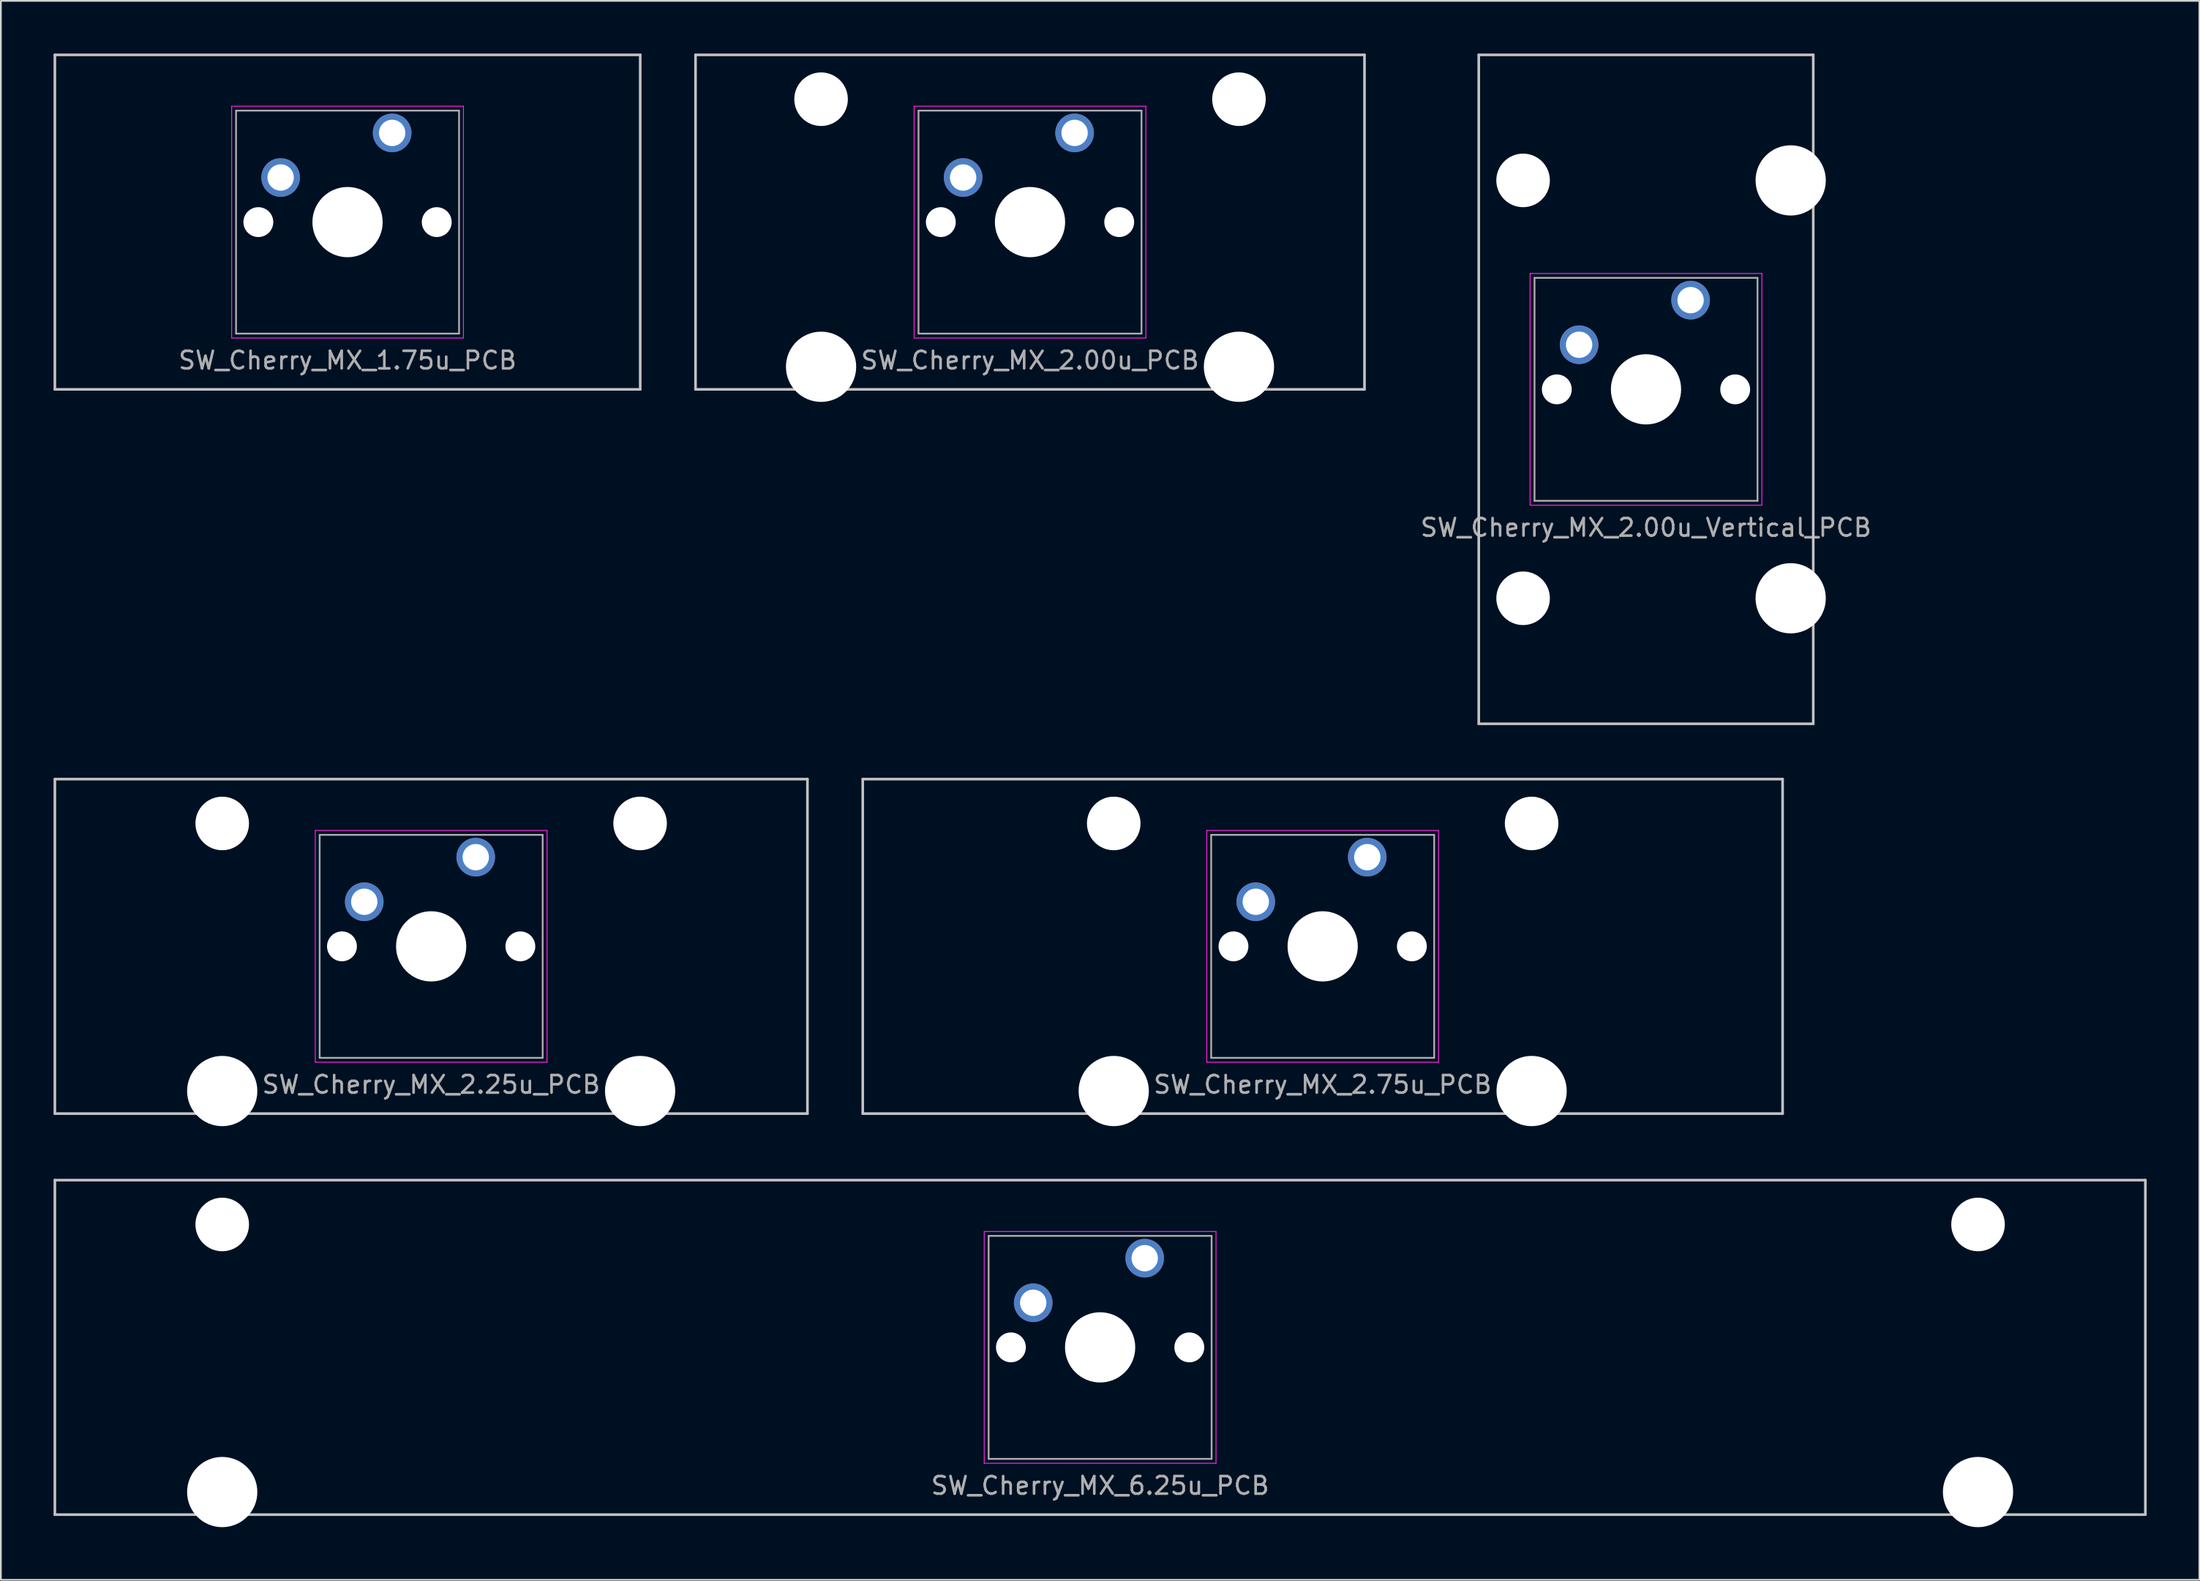
<source format=kicad_pcb>
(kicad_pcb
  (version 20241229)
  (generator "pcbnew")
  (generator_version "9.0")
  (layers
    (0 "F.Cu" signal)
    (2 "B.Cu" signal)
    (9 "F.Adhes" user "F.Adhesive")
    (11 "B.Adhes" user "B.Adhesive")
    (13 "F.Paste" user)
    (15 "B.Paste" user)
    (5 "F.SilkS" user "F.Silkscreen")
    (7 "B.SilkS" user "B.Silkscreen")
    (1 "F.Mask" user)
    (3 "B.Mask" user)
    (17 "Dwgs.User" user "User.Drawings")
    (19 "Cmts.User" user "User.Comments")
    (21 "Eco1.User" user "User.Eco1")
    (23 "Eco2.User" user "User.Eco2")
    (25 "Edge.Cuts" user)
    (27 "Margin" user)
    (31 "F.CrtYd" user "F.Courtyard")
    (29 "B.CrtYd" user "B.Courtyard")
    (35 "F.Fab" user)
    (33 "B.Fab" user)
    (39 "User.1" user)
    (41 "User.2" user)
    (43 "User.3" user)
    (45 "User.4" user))
  (footprint "SW_Cherry_MX_1.75u_PCB"
    (layer "F.Cu")
    (at 19.284 4.52)
    (property "Reference" "SW_Cherry_MX_1.75u_PCB" (at -2.54 12.954 0) (layer "F.Fab") (effects (font (size 1 1) (thickness 0.15))))
    (attr through_hole)
    (fp_line (start -19.209 -4.445) (end 14.129 -4.445) (stroke (width 0.15) (type solid)) (layer "Dwgs.User"))
    (fp_line (start -19.209 14.605) (end -19.209 -4.445) (stroke (width 0.15) (type solid)) (layer "Dwgs.User"))
    (fp_line (start 14.129 -4.445) (end 14.129 14.605) (stroke (width 0.15) (type solid)) (layer "Dwgs.User"))
    (fp_line (start 14.129 14.605) (end -19.209 14.605) (stroke (width 0.15) (type solid)) (layer "Dwgs.User"))
    (fp_line (start -9.14 -1.52) (end 4.06 -1.52) (stroke (width 0.05) (type solid)) (layer "F.CrtYd"))
    (fp_line (start -9.14 11.68) (end -9.14 -1.52) (stroke (width 0.05) (type solid)) (layer "F.CrtYd"))
    (fp_line (start 4.06 -1.52) (end 4.06 11.68) (stroke (width 0.05) (type solid)) (layer "F.CrtYd"))
    (fp_line (start 4.06 11.68) (end -9.14 11.68) (stroke (width 0.05) (type solid)) (layer "F.CrtYd"))
    (fp_line (start -8.89 -1.27) (end 3.81 -1.27) (stroke (width 0.1) (type solid)) (layer "F.Fab"))
    (fp_line (start -8.89 11.43) (end -8.89 -1.27) (stroke (width 0.1) (type solid)) (layer "F.Fab"))
    (fp_line (start 3.81 -1.27) (end 3.81 11.43) (stroke (width 0.1) (type solid)) (layer "F.Fab"))
    (fp_line (start 3.81 11.43) (end -8.89 11.43) (stroke (width 0.1) (type solid)) (layer "F.Fab"))
    (pad "" np_thru_hole circle (at -7.62 5.08) (size 1.7 1.7) (drill 1.7) (layers "*.Cu" "*.Mask"))
    (pad "" np_thru_hole circle (at -2.54 5.08) (size 4 4) (drill 4) (layers "*.Cu" "*.Mask"))
    (pad "" np_thru_hole circle (at 2.54 5.08) (size 1.7 1.7) (drill 1.7) (layers "*.Cu" "*.Mask"))
    (pad "1" thru_hole circle (at 0 0) (size 2.2 2.2) (drill 1.5) (layers "*.Cu" "*.Mask"))
    (pad "2" thru_hole circle (at -6.35 2.54) (size 2.2 2.2) (drill 1.5) (layers "*.Cu" "*.Mask")))
  (footprint "SW_Cherry_MX_2.75u_PCB"
    (layer "F.Cu")
    (at 74.821 45.77)
    (property "Reference" "SW_Cherry_MX_2.75u_PCB" (at -2.54 12.954 0) (layer "F.Fab") (effects (font (size 1 1) (thickness 0.15))))
    (attr through_hole)
    (fp_line (start -28.734 -4.445) (end 23.654 -4.445) (stroke (width 0.15) (type solid)) (layer "Dwgs.User"))
    (fp_line (start -28.734 14.605) (end -28.734 -4.445) (stroke (width 0.15) (type solid)) (layer "Dwgs.User"))
    (fp_line (start 23.654 -4.445) (end 23.654 14.605) (stroke (width 0.15) (type solid)) (layer "Dwgs.User"))
    (fp_line (start 23.654 14.605) (end -28.734 14.605) (stroke (width 0.15) (type solid)) (layer "Dwgs.User"))
    (fp_line (start -9.14 -1.52) (end 4.06 -1.52) (stroke (width 0.05) (type solid)) (layer "F.CrtYd"))
    (fp_line (start -9.14 11.68) (end -9.14 -1.52) (stroke (width 0.05) (type solid)) (layer "F.CrtYd"))
    (fp_line (start 4.06 -1.52) (end 4.06 11.68) (stroke (width 0.05) (type solid)) (layer "F.CrtYd"))
    (fp_line (start 4.06 11.68) (end -9.14 11.68) (stroke (width 0.05) (type solid)) (layer "F.CrtYd"))
    (fp_line (start -8.89 -1.27) (end 3.81 -1.27) (stroke (width 0.1) (type solid)) (layer "F.Fab"))
    (fp_line (start -8.89 11.43) (end -8.89 -1.27) (stroke (width 0.1) (type solid)) (layer "F.Fab"))
    (fp_line (start 3.81 -1.27) (end 3.81 11.43) (stroke (width 0.1) (type solid)) (layer "F.Fab"))
    (fp_line (start 3.81 11.43) (end -8.89 11.43) (stroke (width 0.1) (type solid)) (layer "F.Fab"))
    (pad "" np_thru_hole circle (at -14.44 -1.92) (size 3.05 3.05) (drill 3.05) (layers "*.Cu" "*.Mask"))
    (pad "" np_thru_hole circle (at -14.44 13.32) (size 4 4) (drill 4) (layers "*.Cu" "*.Mask"))
    (pad "" np_thru_hole circle (at -7.62 5.08) (size 1.7 1.7) (drill 1.7) (layers "*.Cu" "*.Mask"))
    (pad "" np_thru_hole circle (at -2.54 5.08) (size 4 4) (drill 4) (layers "*.Cu" "*.Mask"))
    (pad "" np_thru_hole circle (at 2.54 5.08) (size 1.7 1.7) (drill 1.7) (layers "*.Cu" "*.Mask"))
    (pad "" np_thru_hole circle (at 9.36 -1.92) (size 3.05 3.05) (drill 3.05) (layers "*.Cu" "*.Mask"))
    (pad "" np_thru_hole circle (at 9.36 13.32) (size 4 4) (drill 4) (layers "*.Cu" "*.Mask"))
    (pad "1" thru_hole circle (at 0 0) (size 2.2 2.2) (drill 1.5) (layers "*.Cu" "*.Mask"))
    (pad "2" thru_hole circle (at -6.35 2.54) (size 2.2 2.2) (drill 1.5) (layers "*.Cu" "*.Mask")))
  (footprint "SW_Cherry_MX_6.25u_PCB"
    (layer "F.Cu")
    (at 62.146 68.61)
    (property "Reference" "SW_Cherry_MX_6.25u_PCB" (at -2.54 12.954 0) (layer "F.Fab") (effects (font (size 1 1) (thickness 0.15))))
    (attr through_hole)
    (fp_line (start -62.071 -4.445) (end 56.991 -4.445) (stroke (width 0.15) (type solid)) (layer "Dwgs.User"))
    (fp_line (start -62.071 14.605) (end -62.071 -4.445) (stroke (width 0.15) (type solid)) (layer "Dwgs.User"))
    (fp_line (start 56.991 -4.445) (end 56.991 14.605) (stroke (width 0.15) (type solid)) (layer "Dwgs.User"))
    (fp_line (start 56.991 14.605) (end -62.071 14.605) (stroke (width 0.15) (type solid)) (layer "Dwgs.User"))
    (fp_line (start -9.14 -1.52) (end 4.06 -1.52) (stroke (width 0.05) (type solid)) (layer "F.CrtYd"))
    (fp_line (start -9.14 11.68) (end -9.14 -1.52) (stroke (width 0.05) (type solid)) (layer "F.CrtYd"))
    (fp_line (start 4.06 -1.52) (end 4.06 11.68) (stroke (width 0.05) (type solid)) (layer "F.CrtYd"))
    (fp_line (start 4.06 11.68) (end -9.14 11.68) (stroke (width 0.05) (type solid)) (layer "F.CrtYd"))
    (fp_line (start -8.89 -1.27) (end 3.81 -1.27) (stroke (width 0.1) (type solid)) (layer "F.Fab"))
    (fp_line (start -8.89 11.43) (end -8.89 -1.27) (stroke (width 0.1) (type solid)) (layer "F.Fab"))
    (fp_line (start 3.81 -1.27) (end 3.81 11.43) (stroke (width 0.1) (type solid)) (layer "F.Fab"))
    (fp_line (start 3.81 11.43) (end -8.89 11.43) (stroke (width 0.1) (type solid)) (layer "F.Fab"))
    (pad "" np_thru_hole circle (at -52.54 -1.92) (size 3.05 3.05) (drill 3.05) (layers "*.Cu" "*.Mask"))
    (pad "" np_thru_hole circle (at -52.54 13.32) (size 4 4) (drill 4) (layers "*.Cu" "*.Mask"))
    (pad "" np_thru_hole circle (at -7.62 5.08) (size 1.7 1.7) (drill 1.7) (layers "*.Cu" "*.Mask"))
    (pad "" np_thru_hole circle (at -2.54 5.08) (size 4 4) (drill 4) (layers "*.Cu" "*.Mask"))
    (pad "" np_thru_hole circle (at 2.54 5.08) (size 1.7 1.7) (drill 1.7) (layers "*.Cu" "*.Mask"))
    (pad "" np_thru_hole circle (at 47.46 -1.92) (size 3.05 3.05) (drill 3.05) (layers "*.Cu" "*.Mask"))
    (pad "" np_thru_hole circle (at 47.46 13.32) (size 4 4) (drill 4) (layers "*.Cu" "*.Mask"))
    (pad "1" thru_hole circle (at 0 0) (size 2.2 2.2) (drill 1.5) (layers "*.Cu" "*.Mask"))
    (pad "2" thru_hole circle (at -6.35 2.54) (size 2.2 2.2) (drill 1.5) (layers "*.Cu" "*.Mask")))
  (footprint "SW_Cherry_MX_2.25u_PCB"
    (layer "F.Cu")
    (at 24.046 45.77)
    (property "Reference" "SW_Cherry_MX_2.25u_PCB" (at -2.54 12.954 0) (layer "F.Fab") (effects (font (size 1 1) (thickness 0.15))))
    (attr through_hole)
    (fp_line (start -23.971 -4.445) (end 18.891 -4.445) (stroke (width 0.15) (type solid)) (layer "Dwgs.User"))
    (fp_line (start -23.971 14.605) (end -23.971 -4.445) (stroke (width 0.15) (type solid)) (layer "Dwgs.User"))
    (fp_line (start 18.891 -4.445) (end 18.891 14.605) (stroke (width 0.15) (type solid)) (layer "Dwgs.User"))
    (fp_line (start 18.891 14.605) (end -23.971 14.605) (stroke (width 0.15) (type solid)) (layer "Dwgs.User"))
    (fp_line (start -9.14 -1.52) (end 4.06 -1.52) (stroke (width 0.05) (type solid)) (layer "F.CrtYd"))
    (fp_line (start -9.14 11.68) (end -9.14 -1.52) (stroke (width 0.05) (type solid)) (layer "F.CrtYd"))
    (fp_line (start 4.06 -1.52) (end 4.06 11.68) (stroke (width 0.05) (type solid)) (layer "F.CrtYd"))
    (fp_line (start 4.06 11.68) (end -9.14 11.68) (stroke (width 0.05) (type solid)) (layer "F.CrtYd"))
    (fp_line (start -8.89 -1.27) (end 3.81 -1.27) (stroke (width 0.1) (type solid)) (layer "F.Fab"))
    (fp_line (start -8.89 11.43) (end -8.89 -1.27) (stroke (width 0.1) (type solid)) (layer "F.Fab"))
    (fp_line (start 3.81 -1.27) (end 3.81 11.43) (stroke (width 0.1) (type solid)) (layer "F.Fab"))
    (fp_line (start 3.81 11.43) (end -8.89 11.43) (stroke (width 0.1) (type solid)) (layer "F.Fab"))
    (pad "" np_thru_hole circle (at -14.44 -1.92) (size 3.05 3.05) (drill 3.05) (layers "*.Cu" "*.Mask"))
    (pad "" np_thru_hole circle (at -14.44 13.32) (size 4 4) (drill 4) (layers "*.Cu" "*.Mask"))
    (pad "" np_thru_hole circle (at -7.62 5.08) (size 1.7 1.7) (drill 1.7) (layers "*.Cu" "*.Mask"))
    (pad "" np_thru_hole circle (at -2.54 5.08) (size 4 4) (drill 4) (layers "*.Cu" "*.Mask"))
    (pad "" np_thru_hole circle (at 2.54 5.08) (size 1.7 1.7) (drill 1.7) (layers "*.Cu" "*.Mask"))
    (pad "" np_thru_hole circle (at 9.36 -1.92) (size 3.05 3.05) (drill 3.05) (layers "*.Cu" "*.Mask"))
    (pad "" np_thru_hole circle (at 9.36 13.32) (size 4 4) (drill 4) (layers "*.Cu" "*.Mask"))
    (pad "1" thru_hole circle (at 0 0) (size 2.2 2.2) (drill 1.5) (layers "*.Cu" "*.Mask"))
    (pad "2" thru_hole circle (at -6.35 2.54) (size 2.2 2.2) (drill 1.5) (layers "*.Cu" "*.Mask")))
  (footprint "SW_Cherry_MX_2.00u_PCB"
    (layer "F.Cu")
    (at 58.153 4.52)
    (property "Reference" "SW_Cherry_MX_2.00u_PCB" (at -2.54 12.954 0) (layer "F.Fab") (effects (font (size 1 1) (thickness 0.15))))
    (attr through_hole)
    (fp_line (start -21.59 -4.445) (end 16.51 -4.445) (stroke (width 0.15) (type solid)) (layer "Dwgs.User"))
    (fp_line (start -21.59 14.605) (end -21.59 -4.445) (stroke (width 0.15) (type solid)) (layer "Dwgs.User"))
    (fp_line (start 16.51 -4.445) (end 16.51 14.605) (stroke (width 0.15) (type solid)) (layer "Dwgs.User"))
    (fp_line (start 16.51 14.605) (end -21.59 14.605) (stroke (width 0.15) (type solid)) (layer "Dwgs.User"))
    (fp_line (start -9.14 -1.52) (end 4.06 -1.52) (stroke (width 0.05) (type solid)) (layer "F.CrtYd"))
    (fp_line (start -9.14 11.68) (end -9.14 -1.52) (stroke (width 0.05) (type solid)) (layer "F.CrtYd"))
    (fp_line (start 4.06 -1.52) (end 4.06 11.68) (stroke (width 0.05) (type solid)) (layer "F.CrtYd"))
    (fp_line (start 4.06 11.68) (end -9.14 11.68) (stroke (width 0.05) (type solid)) (layer "F.CrtYd"))
    (fp_line (start -8.89 -1.27) (end 3.81 -1.27) (stroke (width 0.1) (type solid)) (layer "F.Fab"))
    (fp_line (start -8.89 11.43) (end -8.89 -1.27) (stroke (width 0.1) (type solid)) (layer "F.Fab"))
    (fp_line (start 3.81 -1.27) (end 3.81 11.43) (stroke (width 0.1) (type solid)) (layer "F.Fab"))
    (fp_line (start 3.81 11.43) (end -8.89 11.43) (stroke (width 0.1) (type solid)) (layer "F.Fab"))
    (pad "" np_thru_hole circle (at -14.44 -1.92) (size 3.05 3.05) (drill 3.05) (layers "*.Cu" "*.Mask"))
    (pad "" np_thru_hole circle (at -14.44 13.32) (size 4 4) (drill 4) (layers "*.Cu" "*.Mask"))
    (pad "" np_thru_hole circle (at -7.62 5.08) (size 1.7 1.7) (drill 1.7) (layers "*.Cu" "*.Mask"))
    (pad "" np_thru_hole circle (at -2.54 5.08) (size 4 4) (drill 4) (layers "*.Cu" "*.Mask"))
    (pad "" np_thru_hole circle (at 2.54 5.08) (size 1.7 1.7) (drill 1.7) (layers "*.Cu" "*.Mask"))
    (pad "" np_thru_hole circle (at 9.36 -1.92) (size 3.05 3.05) (drill 3.05) (layers "*.Cu" "*.Mask"))
    (pad "" np_thru_hole circle (at 9.36 13.32) (size 4 4) (drill 4) (layers "*.Cu" "*.Mask"))
    (pad "1" thru_hole circle (at 0 0) (size 2.2 2.2) (drill 1.5) (layers "*.Cu" "*.Mask"))
    (pad "2" thru_hole circle (at -6.35 2.54) (size 2.2 2.2) (drill 1.5) (layers "*.Cu" "*.Mask")))
  (footprint "SW_Cherry_MX_2.00u_Vertical_PCB"
    (layer "F.Cu")
    (at 93.236 14.045)
    (property "Reference" "SW_Cherry_MX_2.00u_Vertical_PCB" (at -2.54 12.954 0) (layer "F.Fab") (effects (font (size 1 1) (thickness 0.15))))
    (attr through_hole)
    (fp_line (start -12.065 -13.97) (end 6.985 -13.97) (stroke (width 0.15) (type solid)) (layer "Dwgs.User"))
    (fp_line (start -12.065 24.13) (end -12.065 -13.97) (stroke (width 0.15) (type solid)) (layer "Dwgs.User"))
    (fp_line (start 6.985 -13.97) (end 6.985 24.13) (stroke (width 0.15) (type solid)) (layer "Dwgs.User"))
    (fp_line (start 6.985 24.13) (end -12.065 24.13) (stroke (width 0.15) (type solid)) (layer "Dwgs.User"))
    (fp_line (start -9.14 -1.52) (end 4.06 -1.52) (stroke (width 0.05) (type solid)) (layer "F.CrtYd"))
    (fp_line (start -9.14 11.68) (end -9.14 -1.52) (stroke (width 0.05) (type solid)) (layer "F.CrtYd"))
    (fp_line (start 4.06 -1.52) (end 4.06 11.68) (stroke (width 0.05) (type solid)) (layer "F.CrtYd"))
    (fp_line (start 4.06 11.68) (end -9.14 11.68) (stroke (width 0.05) (type solid)) (layer "F.CrtYd"))
    (fp_line (start -8.89 -1.27) (end 3.81 -1.27) (stroke (width 0.1) (type solid)) (layer "F.Fab"))
    (fp_line (start -8.89 11.43) (end -8.89 -1.27) (stroke (width 0.1) (type solid)) (layer "F.Fab"))
    (fp_line (start 3.81 -1.27) (end 3.81 11.43) (stroke (width 0.1) (type solid)) (layer "F.Fab"))
    (fp_line (start 3.81 11.43) (end -8.89 11.43) (stroke (width 0.1) (type solid)) (layer "F.Fab"))
    (pad "" np_thru_hole circle (at -9.54 -6.82) (size 3.05 3.05) (drill 3.05) (layers "*.Cu" "*.Mask"))
    (pad "" np_thru_hole circle (at -9.54 16.98) (size 3.05 3.05) (drill 3.05) (layers "*.Cu" "*.Mask"))
    (pad "" np_thru_hole circle (at -7.62 5.08) (size 1.7 1.7) (drill 1.7) (layers "*.Cu" "*.Mask"))
    (pad "" np_thru_hole circle (at -2.54 5.08) (size 4 4) (drill 4) (layers "*.Cu" "*.Mask"))
    (pad "" np_thru_hole circle (at 2.54 5.08) (size 1.7 1.7) (drill 1.7) (layers "*.Cu" "*.Mask"))
    (pad "" np_thru_hole circle (at 5.7 -6.82) (size 4 4) (drill 4) (layers "*.Cu" "*.Mask"))
    (pad "" np_thru_hole circle (at 5.7 16.98) (size 4 4) (drill 4) (layers "*.Cu" "*.Mask"))
    (pad "1" thru_hole circle (at 0 0) (size 2.2 2.2) (drill 1.5) (layers "*.Cu" "*.Mask"))
    (pad "2" thru_hole circle (at -6.35 2.54) (size 2.2 2.2) (drill 1.5) (layers "*.Cu" "*.Mask")))
  (gr_rect
    (start -3 -3)
    (end 122.213 86.93)
    (stroke (width 0.1) (type default))
    (fill no)
    (layer "Edge.Cuts")))
</source>
